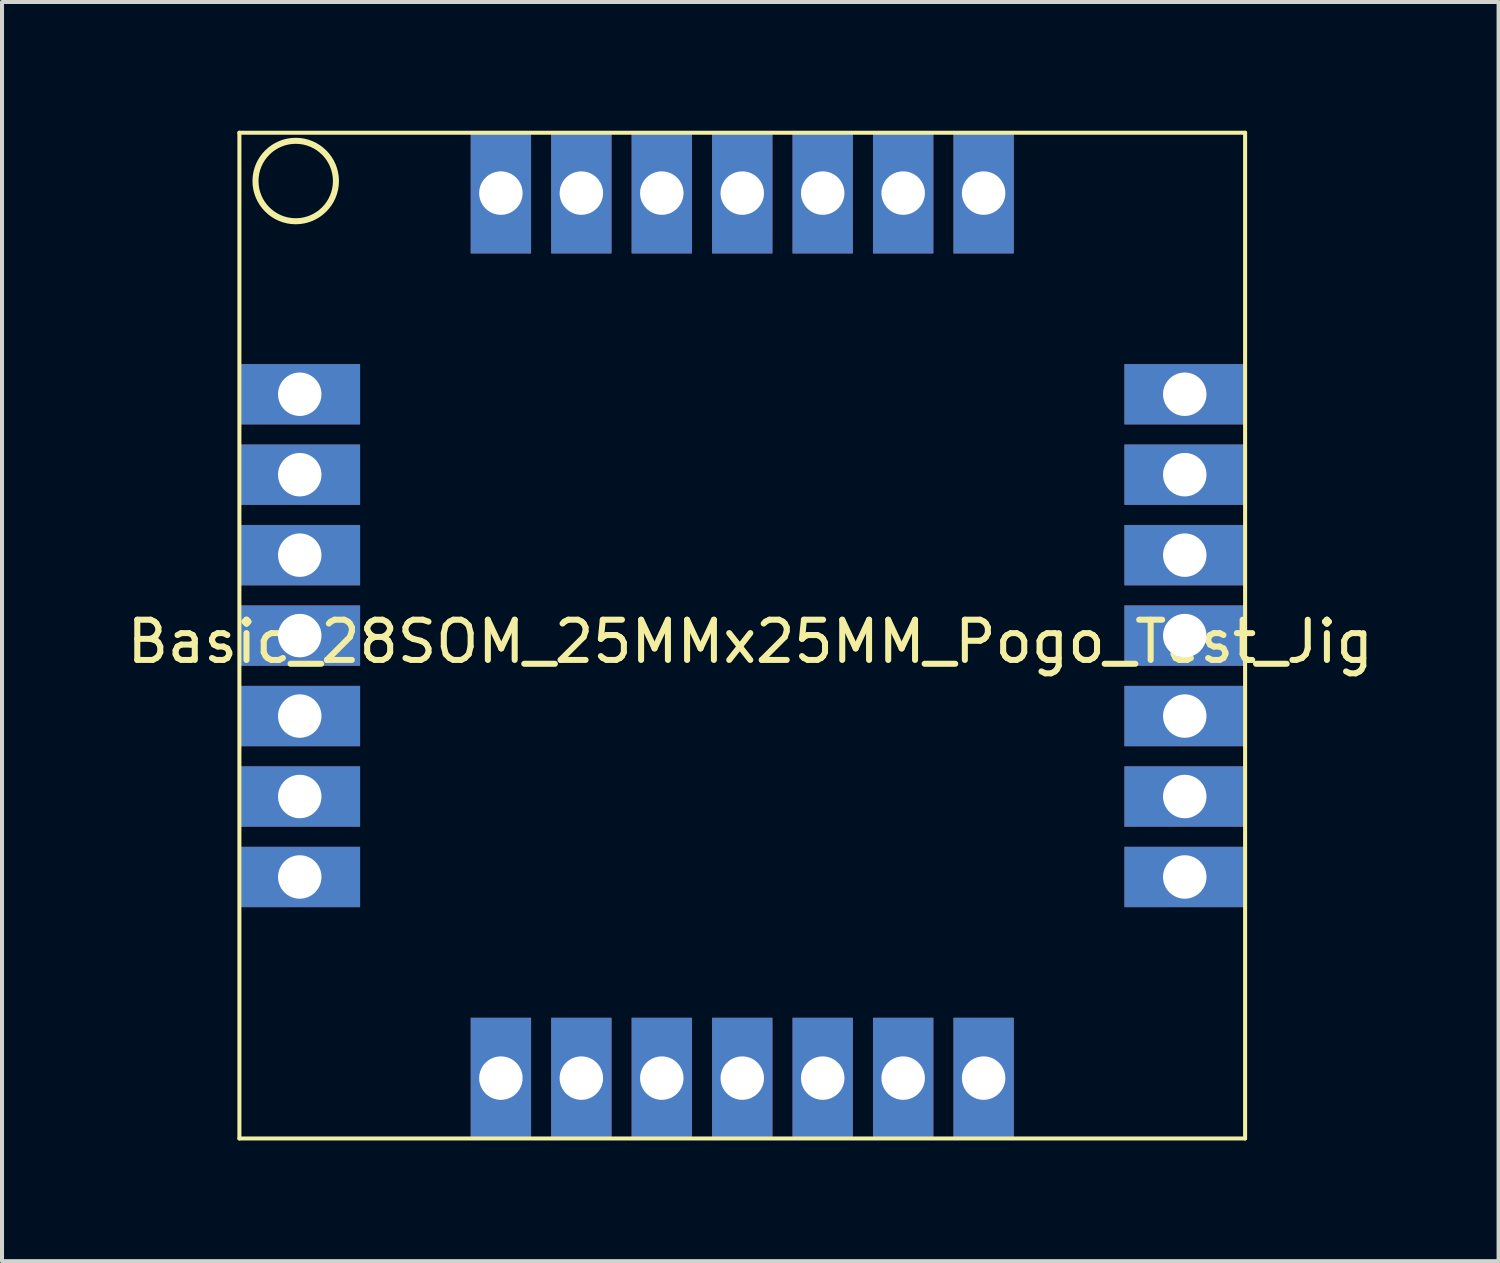
<source format=kicad_pcb>
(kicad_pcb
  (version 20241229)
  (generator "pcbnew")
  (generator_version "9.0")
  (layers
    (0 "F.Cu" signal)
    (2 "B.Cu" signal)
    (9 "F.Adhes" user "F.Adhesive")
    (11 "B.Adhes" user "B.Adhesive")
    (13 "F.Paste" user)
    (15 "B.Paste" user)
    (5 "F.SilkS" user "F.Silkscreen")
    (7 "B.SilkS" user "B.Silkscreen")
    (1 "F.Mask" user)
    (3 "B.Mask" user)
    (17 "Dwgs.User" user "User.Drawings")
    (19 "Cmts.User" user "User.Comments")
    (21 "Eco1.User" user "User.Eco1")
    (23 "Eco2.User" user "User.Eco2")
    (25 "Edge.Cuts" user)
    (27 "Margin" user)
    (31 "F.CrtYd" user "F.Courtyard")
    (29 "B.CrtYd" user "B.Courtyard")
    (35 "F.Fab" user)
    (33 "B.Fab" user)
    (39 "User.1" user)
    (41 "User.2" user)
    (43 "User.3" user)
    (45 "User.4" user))
  (footprint "Basic_28SOM_25MMx25MM_Pogo_Test_Jig"
    (layer "F.Cu")
    (at 2.901 0.25)
    (property "Reference" "Basic_28SOM_25MMx25MM_Pogo_Test_Jig" (at 12.7 12.65 0) (layer "F.SilkS") (effects (font (size 1 1) (thickness 0.15))))
    (attr through_hole)
    (fp_line (start 0 0) (end 25 0) (stroke (width 0.1) (type solid)) (layer "F.SilkS"))
    (fp_line (start 0 25) (end 0 0) (stroke (width 0.1) (type solid)) (layer "F.SilkS"))
    (fp_line (start 25 0) (end 25 25) (stroke (width 0.1) (type solid)) (layer "F.SilkS"))
    (fp_line (start 25 25) (end 0 25) (stroke (width 0.1) (type solid)) (layer "F.SilkS"))
    (fp_circle (center 1.4 1.2) (end 2.4 1.2) (stroke (width 0.15) (type solid)) (fill no) (layer "F.SilkS"))
    (pad "1" thru_hole rect (at 1.5 6.5) (size 3 1.5) (drill 1.08) (layers "*.Cu" "*.Mask"))
    (pad "2" thru_hole rect (at 1.5 8.5) (size 3 1.5) (drill 1.08) (layers "*.Cu" "*.Mask"))
    (pad "3" thru_hole rect (at 1.5 10.5) (size 3 1.5) (drill 1.08) (layers "*.Cu" "*.Mask"))
    (pad "4" thru_hole rect (at 1.5 12.5) (size 3 1.5) (drill 1.08) (layers "*.Cu" "*.Mask"))
    (pad "5" thru_hole rect (at 1.5 14.5) (size 3 1.5) (drill 1.08) (layers "*.Cu" "*.Mask"))
    (pad "6" thru_hole rect (at 1.5 16.5) (size 3 1.5) (drill 1.08) (layers "*.Cu" "*.Mask"))
    (pad "7" thru_hole rect (at 1.5 18.5) (size 3 1.5) (drill 1.08) (layers "*.Cu" "*.Mask"))
    (pad "8" thru_hole rect (at 6.5 23.5 270) (size 3 1.5) (drill 1.08) (layers "*.Cu" "*.Mask"))
    (pad "9" thru_hole rect (at 8.5 23.5 270) (size 3 1.5) (drill 1.08) (layers "*.Cu" "*.Mask"))
    (pad "10" thru_hole rect (at 10.5 23.5 270) (size 3 1.5) (drill 1.08) (layers "*.Cu" "*.Mask"))
    (pad "11" thru_hole rect (at 12.5 23.5 270) (size 3 1.5) (drill 1.08) (layers "*.Cu" "*.Mask"))
    (pad "12" thru_hole rect (at 14.5 23.5 270) (size 3 1.5) (drill 1.08) (layers "*.Cu" "*.Mask"))
    (pad "13" thru_hole rect (at 16.5 23.5 270) (size 3 1.5) (drill 1.08) (layers "*.Cu" "*.Mask"))
    (pad "14" thru_hole rect (at 18.5 23.5 270) (size 3 1.5) (drill 1.08) (layers "*.Cu" "*.Mask"))
    (pad "15" thru_hole rect (at 23.5 18.5 180) (size 3 1.5) (drill 1.08) (layers "*.Cu" "*.Mask"))
    (pad "16" thru_hole rect (at 23.5 16.5 180) (size 3 1.5) (drill 1.08) (layers "*.Cu" "*.Mask"))
    (pad "17" thru_hole rect (at 23.5 14.5 180) (size 3 1.5) (drill 1.08) (layers "*.Cu" "*.Mask"))
    (pad "18" thru_hole rect (at 23.5 12.5 180) (size 3 1.5) (drill 1.08) (layers "*.Cu" "*.Mask"))
    (pad "19" thru_hole rect (at 23.5 10.5 180) (size 3 1.5) (drill 1.08) (layers "*.Cu" "*.Mask"))
    (pad "20" thru_hole rect (at 23.5 8.5 180) (size 3 1.5) (drill 1.08) (layers "*.Cu" "*.Mask"))
    (pad "21" thru_hole rect (at 23.5 6.5 180) (size 3 1.5) (drill 1.08) (layers "*.Cu" "*.Mask"))
    (pad "22" thru_hole rect (at 18.5 1.5 270) (size 3 1.5) (drill 1.08) (layers "*.Cu" "*.Mask"))
    (pad "23" thru_hole rect (at 16.5 1.5 270) (size 3 1.5) (drill 1.08) (layers "*.Cu" "*.Mask"))
    (pad "24" thru_hole rect (at 14.5 1.5 270) (size 3 1.5) (drill 1.08) (layers "*.Cu" "*.Mask"))
    (pad "25" thru_hole rect (at 12.5 1.5 270) (size 3 1.5) (drill 1.08) (layers "*.Cu" "*.Mask"))
    (pad "26" thru_hole rect (at 10.5 1.5 270) (size 3 1.5) (drill 1.08) (layers "*.Cu" "*.Mask"))
    (pad "27" thru_hole rect (at 8.5 1.5 270) (size 3 1.5) (drill 1.08) (layers "*.Cu" "*.Mask"))
    (pad "28" thru_hole rect (at 6.5 1.5 270) (size 3 1.5) (drill 1.08) (layers "*.Cu" "*.Mask")))
  (gr_rect
    (start -3 -3)
    (end 34.202 28.3)
    (stroke (width 0.1) (type default))
    (fill no)
    (layer "Edge.Cuts")))
</source>
